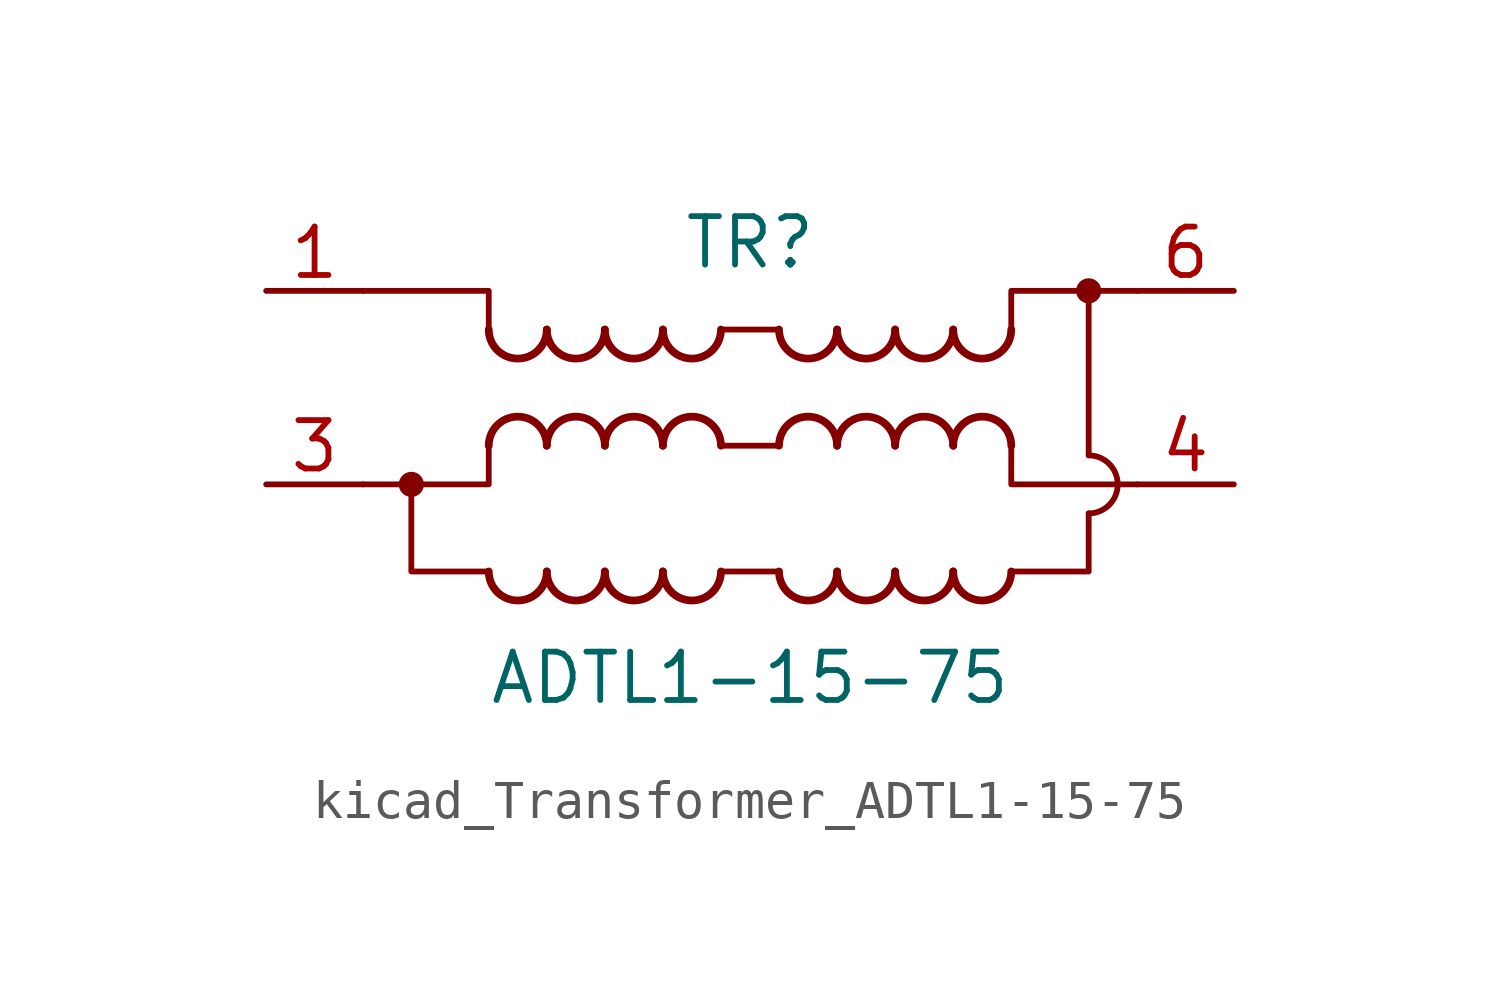
<source format=kicad_sym>
(kicad_symbol_lib
  (version 20220914)
  (generator kicad_symbol_editor)
  (symbol "kicad_Transformer_ADTL1-15-75"
    (pin_names hide)
    (property "Reference" "TR"
      (at 0 3.81 0)
      (effects (font (size 1.27 1.27))))
    (property "Value" "ADTL1-15-75"
      (at 0 -7.62 0)
      (effects (font (size 1.27 1.27))))
    (symbol "kicad_Transformer_ADTL1-15-75_0_1"
      (circle (center -8.89 -2.54) (radius 0.254) (stroke (width 0) (type default)) (fill (type outline)))
      (arc (start -6.858 -4.826) (mid -6.096 -5.5847) (end -5.334 -4.826) (stroke (width 0.2032) (type default)) (fill (type none)))
      (arc (start -6.858 1.524) (mid -6.096 0.7653) (end -5.334 1.524) (stroke (width 0.2032) (type default)) (fill (type none)))
      (arc (start -5.334 -4.826) (mid -4.572 -5.5847) (end -3.81 -4.826) (stroke (width 0.2032) (type default)) (fill (type none)))
      (arc (start -5.334 -1.524) (mid -6.096 -0.7653) (end -6.858 -1.524) (stroke (width 0.2032) (type default)) (fill (type none)))
      (arc (start -5.334 1.524) (mid -4.572 0.7653) (end -3.81 1.524) (stroke (width 0.2032) (type default)) (fill (type none)))
      (arc (start -3.81 -4.826) (mid -3.048 -5.5847) (end -2.286 -4.826) (stroke (width 0.2032) (type default)) (fill (type none)))
      (arc (start -3.81 -1.524) (mid -4.572 -0.7653) (end -5.334 -1.524) (stroke (width 0.2032) (type default)) (fill (type none)))
      (arc (start -3.81 1.524) (mid -3.048 0.7653) (end -2.286 1.524) (stroke (width 0.2032) (type default)) (fill (type none)))
      (arc (start -2.286 -4.826) (mid -1.524 -5.5847) (end -0.762 -4.826) (stroke (width 0.2032) (type default)) (fill (type none)))
      (arc (start -2.286 -1.524) (mid -3.048 -0.7653) (end -3.81 -1.524) (stroke (width 0.2032) (type default)) (fill (type none)))
      (arc (start -2.286 1.524) (mid -1.524 0.7653) (end -0.762 1.524) (stroke (width 0.2032) (type default)) (fill (type none)))
      (arc (start -0.762 -1.524) (mid -1.524 -0.7653) (end -2.286 -1.524) (stroke (width 0.2032) (type default)) (fill (type none)))
      (polyline (pts (xy -0.762 -1.524) (xy 0.762 -1.524)) (stroke (width 0) (type default)) (fill (type none)))
      (polyline (pts (xy -0.762 1.524) (xy 0.762 1.524)) (stroke (width 0) (type default)) (fill (type none)))
      (polyline (pts (xy 0.762 -4.826) (xy -0.762 -4.826)) (stroke (width 0) (type default)) (fill (type none)))
      (polyline (pts (xy 8.89 -1.778) (xy 8.89 2.54)) (stroke (width 0) (type default)) (fill (type none)))
      (polyline (pts (xy -6.858 -4.826) (xy -8.89 -4.826) (xy -8.89 -2.54)) (stroke (width 0) (type default)) (fill (type none)))
      (polyline (pts (xy -6.858 -1.524) (xy -6.858 -2.54) (xy -10.16 -2.54)) (stroke (width 0) (type default)) (fill (type none)))
      (polyline (pts (xy -6.858 1.524) (xy -6.858 2.54) (xy -10.16 2.54)) (stroke (width 0) (type default)) (fill (type none)))
      (polyline (pts (xy 6.858 -4.826) (xy 8.89 -4.826) (xy 8.89 -3.302)) (stroke (width 0) (type default)) (fill (type none)))
      (polyline (pts (xy 6.858 -1.524) (xy 6.858 -2.54) (xy 10.16 -2.54)) (stroke (width 0) (type default)) (fill (type none)))
      (polyline (pts (xy 6.858 1.524) (xy 6.858 2.54) (xy 10.16 2.54)) (stroke (width 0) (type default)) (fill (type none)))
      (arc (start 0.762 -4.826) (mid 1.524 -5.5847) (end 2.286 -4.826) (stroke (width 0.2032) (type default)) (fill (type none)))
      (arc (start 0.762 1.524) (mid 1.524 0.7653) (end 2.286 1.524) (stroke (width 0.2032) (type default)) (fill (type none)))
      (arc (start 2.286 -4.826) (mid 3.048 -5.5847) (end 3.81 -4.826) (stroke (width 0.2032) (type default)) (fill (type none)))
      (arc (start 2.286 -1.524) (mid 1.524 -0.7653) (end 0.762 -1.524) (stroke (width 0.2032) (type default)) (fill (type none)))
      (arc (start 2.286 1.524) (mid 3.048 0.7653) (end 3.81 1.524) (stroke (width 0.2032) (type default)) (fill (type none)))
      (arc (start 3.81 -4.826) (mid 4.572 -5.5847) (end 5.334 -4.826) (stroke (width 0.2032) (type default)) (fill (type none)))
      (arc (start 3.81 -1.524) (mid 3.048 -0.7653) (end 2.286 -1.524) (stroke (width 0.2032) (type default)) (fill (type none)))
      (arc (start 3.81 1.524) (mid 4.572 0.7653) (end 5.334 1.524) (stroke (width 0.2032) (type default)) (fill (type none)))
      (arc (start 5.334 -4.826) (mid 6.096 -5.5847) (end 6.858 -4.826) (stroke (width 0.2032) (type default)) (fill (type none)))
      (arc (start 5.334 -1.524) (mid 4.572 -0.7653) (end 3.81 -1.524) (stroke (width 0.2032) (type default)) (fill (type none)))
      (arc (start 5.334 1.524) (mid 6.096 0.7653) (end 6.858 1.524) (stroke (width 0.2032) (type default)) (fill (type none)))
      (arc (start 6.858 -1.524) (mid 6.096 -0.7653) (end 5.334 -1.524) (stroke (width 0.2032) (type default)) (fill (type none)))
      (arc (start 8.89 -3.302) (mid 9.6487 -2.54) (end 8.89 -1.778) (stroke (width 0) (type default)) (fill (type none)))
      (circle (center 8.89 2.54) (radius 0.254) (stroke (width 0) (type default)) (fill (type outline))))
    (symbol "kicad_Transformer_ADTL1-15-75_1_1"
      (pin passive line (at -12.7 2.54 0) (length 2.54) (name "~" (effects (font (size 1.27 1.27)))) (number "1" (effects (font (size 1.27 1.27)))))
      (pin passive line (at -12.7 -2.54 0) (length 2.54) (name "~" (effects (font (size 1.27 1.27)))) (number "3" (effects (font (size 1.27 1.27)))))
      (pin passive line (at 12.7 -2.54 180) (length 2.54) (name "~" (effects (font (size 1.27 1.27)))) (number "4" (effects (font (size 1.27 1.27)))))
      (pin passive line (at 12.7 2.54 180) (length 2.54) (name "~" (effects (font (size 1.27 1.27)))) (number "6" (effects (font (size 1.27 1.27))))))))
</source>
